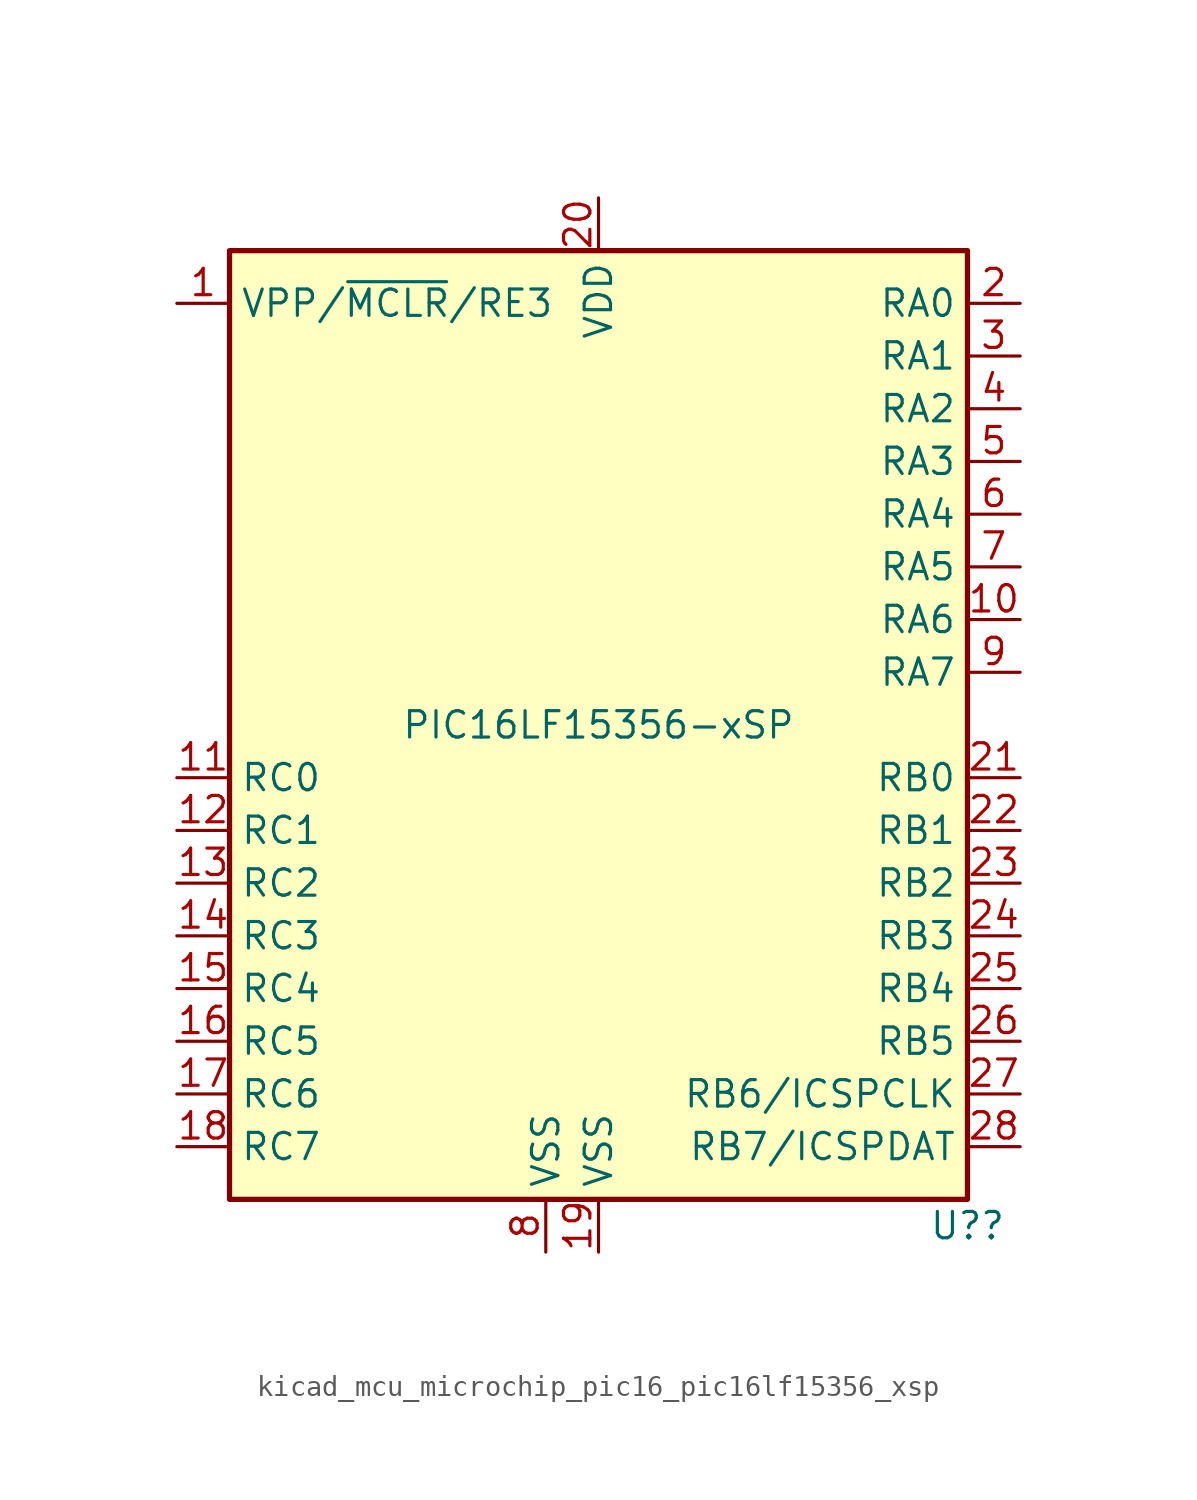
<source format=kicad_sym>
(kicad_symbol_lib
  (version 20220914)
  (generator kicad_symbol_editor)
  (symbol "kicad_mcu_microchip_pic16_pic16lf15356_xsp"
    (property "Reference" "U?"
      (at 17.78 -24.13 0)
      (effects (font (size 1.27 1.27))))
    (property "Value" "PIC16LF15356-xSP"
      (at 0 0 0)
      (effects (font (size 1.27 1.27))))
    (symbol "kicad_mcu_microchip_pic16_pic16lf15356_xsp_0_1"
      (rectangle (start 17.78 22.86) (end -17.78 -22.86) (stroke (width 0.254) (type default)) (fill (type background))))
    (symbol "kicad_mcu_microchip_pic16_pic16lf15356_xsp_1_1"
      (pin bidirectional line (at -20.32 20.32 0) (length 2.54) (name "VPP/~{MCLR}/RE3" (effects (font (size 1.27 1.27)))) (number "1" (effects (font (size 1.27 1.27)))))
      (pin bidirectional line (at 20.32 5.08 180) (length 2.54) (name "RA6" (effects (font (size 1.27 1.27)))) (number "10" (effects (font (size 1.27 1.27)))))
      (pin bidirectional line (at -20.32 -2.54 0) (length 2.54) (name "RC0" (effects (font (size 1.27 1.27)))) (number "11" (effects (font (size 1.27 1.27)))))
      (pin bidirectional line (at -20.32 -5.08 0) (length 2.54) (name "RC1" (effects (font (size 1.27 1.27)))) (number "12" (effects (font (size 1.27 1.27)))))
      (pin bidirectional line (at -20.32 -7.62 0) (length 2.54) (name "RC2" (effects (font (size 1.27 1.27)))) (number "13" (effects (font (size 1.27 1.27)))))
      (pin bidirectional line (at -20.32 -10.16 0) (length 2.54) (name "RC3" (effects (font (size 1.27 1.27)))) (number "14" (effects (font (size 1.27 1.27)))))
      (pin bidirectional line (at -20.32 -12.7 0) (length 2.54) (name "RC4" (effects (font (size 1.27 1.27)))) (number "15" (effects (font (size 1.27 1.27)))))
      (pin bidirectional line (at -20.32 -15.24 0) (length 2.54) (name "RC5" (effects (font (size 1.27 1.27)))) (number "16" (effects (font (size 1.27 1.27)))))
      (pin bidirectional line (at -20.32 -17.78 0) (length 2.54) (name "RC6" (effects (font (size 1.27 1.27)))) (number "17" (effects (font (size 1.27 1.27)))))
      (pin bidirectional line (at -20.32 -20.32 0) (length 2.54) (name "RC7" (effects (font (size 1.27 1.27)))) (number "18" (effects (font (size 1.27 1.27)))))
      (pin power_in line (at 0 -25.4 90) (length 2.54) (name "VSS" (effects (font (size 1.27 1.27)))) (number "19" (effects (font (size 1.27 1.27)))))
      (pin bidirectional line (at 20.32 20.32 180) (length 2.54) (name "RA0" (effects (font (size 1.27 1.27)))) (number "2" (effects (font (size 1.27 1.27)))))
      (pin power_in line (at 0 25.4 270) (length 2.54) (name "VDD" (effects (font (size 1.27 1.27)))) (number "20" (effects (font (size 1.27 1.27)))))
      (pin bidirectional line (at 20.32 -2.54 180) (length 2.54) (name "RB0" (effects (font (size 1.27 1.27)))) (number "21" (effects (font (size 1.27 1.27)))))
      (pin bidirectional line (at 20.32 -5.08 180) (length 2.54) (name "RB1" (effects (font (size 1.27 1.27)))) (number "22" (effects (font (size 1.27 1.27)))))
      (pin bidirectional line (at 20.32 -7.62 180) (length 2.54) (name "RB2" (effects (font (size 1.27 1.27)))) (number "23" (effects (font (size 1.27 1.27)))))
      (pin bidirectional line (at 20.32 -10.16 180) (length 2.54) (name "RB3" (effects (font (size 1.27 1.27)))) (number "24" (effects (font (size 1.27 1.27)))))
      (pin bidirectional line (at 20.32 -12.7 180) (length 2.54) (name "RB4" (effects (font (size 1.27 1.27)))) (number "25" (effects (font (size 1.27 1.27)))))
      (pin bidirectional line (at 20.32 -15.24 180) (length 2.54) (name "RB5" (effects (font (size 1.27 1.27)))) (number "26" (effects (font (size 1.27 1.27)))))
      (pin bidirectional line (at 20.32 -17.78 180) (length 2.54) (name "RB6/ICSPCLK" (effects (font (size 1.27 1.27)))) (number "27" (effects (font (size 1.27 1.27)))))
      (pin bidirectional line (at 20.32 -20.32 180) (length 2.54) (name "RB7/ICSPDAT" (effects (font (size 1.27 1.27)))) (number "28" (effects (font (size 1.27 1.27)))))
      (pin bidirectional line (at 20.32 17.78 180) (length 2.54) (name "RA1" (effects (font (size 1.27 1.27)))) (number "3" (effects (font (size 1.27 1.27)))))
      (pin bidirectional line (at 20.32 15.24 180) (length 2.54) (name "RA2" (effects (font (size 1.27 1.27)))) (number "4" (effects (font (size 1.27 1.27)))))
      (pin bidirectional line (at 20.32 12.7 180) (length 2.54) (name "RA3" (effects (font (size 1.27 1.27)))) (number "5" (effects (font (size 1.27 1.27)))))
      (pin bidirectional line (at 20.32 10.16 180) (length 2.54) (name "RA4" (effects (font (size 1.27 1.27)))) (number "6" (effects (font (size 1.27 1.27)))))
      (pin bidirectional line (at 20.32 7.62 180) (length 2.54) (name "RA5" (effects (font (size 1.27 1.27)))) (number "7" (effects (font (size 1.27 1.27)))))
      (pin power_in line (at -2.54 -25.4 90) (length 2.54) (name "VSS" (effects (font (size 1.27 1.27)))) (number "8" (effects (font (size 1.27 1.27)))))
      (pin bidirectional line (at 20.32 2.54 180) (length 2.54) (name "RA7" (effects (font (size 1.27 1.27)))) (number "9" (effects (font (size 1.27 1.27))))))))
</source>
